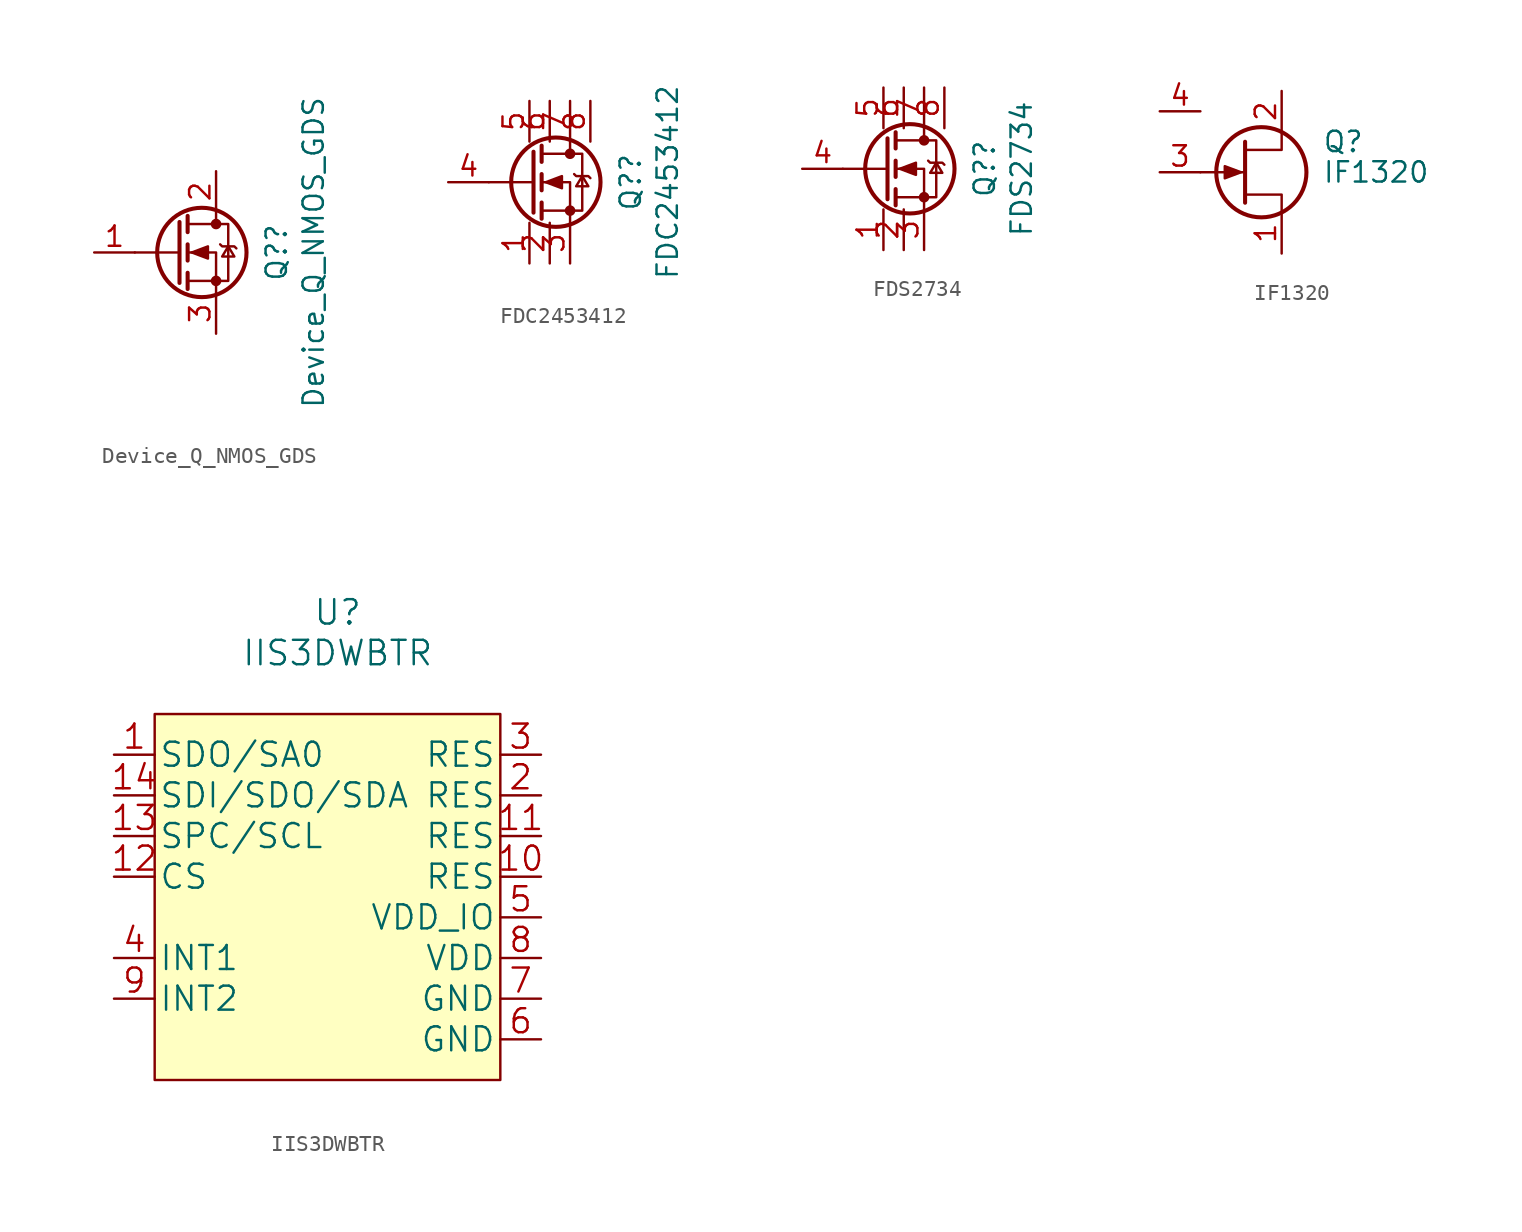
<source format=kicad_sym>
(kicad_symbol_lib
  (version 20211014)
  (generator kicad_symbol_editor)
  (symbol "Device_Q_NMOS_GDS"
    (pin_names
      (offset 0) hide)
    (property "Reference" "Q?"
      (at 6.325 0 90)
      (effects (font (size 1.27 1.27))))
    (property "Value" "Device_Q_NMOS_GDS"
      (at 8.636 0 90)
      (effects (font (size 1.27 1.27))))
    (symbol "Device_Q_NMOS_GDS_0_1"
      (polyline (pts (xy 0.254 0) (xy -2.54 0)) (stroke (width 0) (type default) (color 0 0 0 0)) (fill (type none)))
      (polyline (pts (xy 0.254 1.905) (xy 0.254 -1.905)) (stroke (width 0.254) (type default) (color 0 0 0 0)) (fill (type none)))
      (polyline (pts (xy 0.762 -1.27) (xy 0.762 -2.286)) (stroke (width 0.254) (type default) (color 0 0 0 0)) (fill (type none)))
      (polyline (pts (xy 0.762 0.508) (xy 0.762 -0.508)) (stroke (width 0.254) (type default) (color 0 0 0 0)) (fill (type none)))
      (polyline (pts (xy 0.762 2.286) (xy 0.762 1.27)) (stroke (width 0.254) (type default) (color 0 0 0 0)) (fill (type none)))
      (polyline (pts (xy 2.54 2.54) (xy 2.54 1.778)) (stroke (width 0) (type default) (color 0 0 0 0)) (fill (type none)))
      (polyline (pts (xy 2.54 -2.54) (xy 2.54 0) (xy 0.762 0)) (stroke (width 0) (type default) (color 0 0 0 0)) (fill (type none)))
      (polyline (pts (xy 0.762 -1.778) (xy 3.302 -1.778) (xy 3.302 1.778) (xy 0.762 1.778)) (stroke (width 0) (type default) (color 0 0 0 0)) (fill (type none)))
      (polyline (pts (xy 1.016 0) (xy 2.032 0.381) (xy 2.032 -0.381) (xy 1.016 0)) (stroke (width 0) (type default) (color 0 0 0 0)) (fill (type outline)))
      (polyline (pts (xy 2.794 0.508) (xy 2.921 0.381) (xy 3.683 0.381) (xy 3.81 0.254)) (stroke (width 0) (type default) (color 0 0 0 0)) (fill (type none)))
      (polyline (pts (xy 3.302 0.381) (xy 2.921 -0.254) (xy 3.683 -0.254) (xy 3.302 0.381)) (stroke (width 0) (type default) (color 0 0 0 0)) (fill (type none)))
      (circle (center 1.651 0) (radius 2.794) (stroke (width 0.254) (type default) (color 0 0 0 0)) (fill (type none)))
      (circle (center 2.54 -1.778) (radius 0.254) (stroke (width 0) (type default) (color 0 0 0 0)) (fill (type outline)))
      (circle (center 2.54 1.778) (radius 0.254) (stroke (width 0) (type default) (color 0 0 0 0)) (fill (type outline))))
    (symbol "Device_Q_NMOS_GDS_1_1"
      (pin input line (at -5.08 0 0) (length 2.54) (name "G" (effects (font (size 1.27 1.27)))) (number "1" (effects (font (size 1.27 1.27)))))
      (pin passive line (at 2.54 5.08 270) (length 2.54) (name "D" (effects (font (size 1.27 1.27)))) (number "2" (effects (font (size 1.27 1.27)))))
      (pin passive line (at 2.54 -5.08 90) (length 2.54) (name "S" (effects (font (size 1.27 1.27)))) (number "3" (effects (font (size 1.27 1.27)))))))
  (symbol "FDC2453412"
    (pin_names
      (offset 0) hide)
    (property "Reference" "Q?"
      (at 6.325 0 90)
      (effects (font (size 1.27 1.27))))
    (property "Value" "FDC2453412"
      (at 8.636 0 90)
      (effects (font (size 1.27 1.27))))
    (symbol "FDC2453412_0_1"
      (polyline (pts (xy 0.254 0) (xy -2.54 0)) (stroke (width 0) (type default) (color 0 0 0 0)) (fill (type none)))
      (polyline (pts (xy 0.254 1.905) (xy 0.254 -1.905)) (stroke (width 0.254) (type default) (color 0 0 0 0)) (fill (type none)))
      (polyline (pts (xy 0.762 -1.27) (xy 0.762 -2.286)) (stroke (width 0.254) (type default) (color 0 0 0 0)) (fill (type none)))
      (polyline (pts (xy 0.762 0.508) (xy 0.762 -0.508)) (stroke (width 0.254) (type default) (color 0 0 0 0)) (fill (type none)))
      (polyline (pts (xy 0.762 2.286) (xy 0.762 1.27)) (stroke (width 0.254) (type default) (color 0 0 0 0)) (fill (type none)))
      (polyline (pts (xy 2.54 2.54) (xy 2.54 1.778)) (stroke (width 0) (type default) (color 0 0 0 0)) (fill (type none)))
      (polyline (pts (xy 2.54 -2.54) (xy 2.54 0) (xy 0.762 0)) (stroke (width 0) (type default) (color 0 0 0 0)) (fill (type none)))
      (polyline (pts (xy 0.762 -1.778) (xy 3.302 -1.778) (xy 3.302 1.778) (xy 0.762 1.778)) (stroke (width 0) (type default) (color 0 0 0 0)) (fill (type none)))
      (polyline (pts (xy 1.016 0) (xy 2.032 0.381) (xy 2.032 -0.381) (xy 1.016 0)) (stroke (width 0) (type default) (color 0 0 0 0)) (fill (type outline)))
      (polyline (pts (xy 2.794 0.508) (xy 2.921 0.381) (xy 3.683 0.381) (xy 3.81 0.254)) (stroke (width 0) (type default) (color 0 0 0 0)) (fill (type none)))
      (polyline (pts (xy 3.302 0.381) (xy 2.921 -0.254) (xy 3.683 -0.254) (xy 3.302 0.381)) (stroke (width 0) (type default) (color 0 0 0 0)) (fill (type none)))
      (circle (center 1.651 0) (radius 2.794) (stroke (width 0.254) (type default) (color 0 0 0 0)) (fill (type none)))
      (circle (center 2.54 -1.778) (radius 0.254) (stroke (width 0) (type default) (color 0 0 0 0)) (fill (type outline)))
      (circle (center 2.54 1.778) (radius 0.254) (stroke (width 0) (type default) (color 0 0 0 0)) (fill (type outline))))
    (symbol "FDC2453412_1_1"
      (pin passive line (at 0 -5.08 90) (length 2.54) (name "S" (effects (font (size 1.27 1.27)))) (number "1" (effects (font (size 1.27 1.27)))))
      (pin passive line (at 1.27 -5.08 90) (length 2.54) (name "S" (effects (font (size 1.27 1.27)))) (number "2" (effects (font (size 1.27 1.27)))))
      (pin passive line (at 2.54 -5.08 90) (length 2.54) (name "S" (effects (font (size 1.27 1.27)))) (number "3" (effects (font (size 1.27 1.27)))))
      (pin input line (at -5.08 0 0) (length 2.54) (name "G" (effects (font (size 1.27 1.27)))) (number "4" (effects (font (size 1.27 1.27)))))
      (pin passive line (at 0 5.08 270) (length 2.54) (name "D" (effects (font (size 1.27 1.27)))) (number "5" (effects (font (size 1.27 1.27)))))
      (pin passive line (at 1.27 5.08 270) (length 2.54) (name "D" (effects (font (size 1.27 1.27)))) (number "6" (effects (font (size 1.27 1.27)))))
      (pin passive line (at 2.54 5.08 270) (length 2.54) (name "D" (effects (font (size 1.27 1.27)))) (number "7" (effects (font (size 1.27 1.27)))))
      (pin passive line (at 3.81 5.08 270) (length 2.54) (name "D" (effects (font (size 1.27 1.27)))) (number "8" (effects (font (size 1.27 1.27)))))))
  (symbol "FDS2734"
    (pin_names
      (offset 0) hide)
    (property "Reference" "Q?"
      (at 6.325 0 90)
      (effects (font (size 1.27 1.27))))
    (property "Value" "FDS2734"
      (at 8.636 0 90)
      (effects (font (size 1.27 1.27))))
    (symbol "FDS2734_0_1"
      (polyline (pts (xy 0.254 0) (xy -2.54 0)) (stroke (width 0) (type default) (color 0 0 0 0)) (fill (type none)))
      (polyline (pts (xy 0.254 1.905) (xy 0.254 -1.905)) (stroke (width 0.254) (type default) (color 0 0 0 0)) (fill (type none)))
      (polyline (pts (xy 0.762 -1.27) (xy 0.762 -2.286)) (stroke (width 0.254) (type default) (color 0 0 0 0)) (fill (type none)))
      (polyline (pts (xy 0.762 0.508) (xy 0.762 -0.508)) (stroke (width 0.254) (type default) (color 0 0 0 0)) (fill (type none)))
      (polyline (pts (xy 0.762 2.286) (xy 0.762 1.27)) (stroke (width 0.254) (type default) (color 0 0 0 0)) (fill (type none)))
      (polyline (pts (xy 2.54 2.54) (xy 2.54 1.778)) (stroke (width 0) (type default) (color 0 0 0 0)) (fill (type none)))
      (polyline (pts (xy 2.54 -2.54) (xy 2.54 0) (xy 0.762 0)) (stroke (width 0) (type default) (color 0 0 0 0)) (fill (type none)))
      (polyline (pts (xy 0.762 -1.778) (xy 3.302 -1.778) (xy 3.302 1.778) (xy 0.762 1.778)) (stroke (width 0) (type default) (color 0 0 0 0)) (fill (type none)))
      (polyline (pts (xy 1.016 0) (xy 2.032 0.381) (xy 2.032 -0.381) (xy 1.016 0)) (stroke (width 0) (type default) (color 0 0 0 0)) (fill (type outline)))
      (polyline (pts (xy 2.794 0.508) (xy 2.921 0.381) (xy 3.683 0.381) (xy 3.81 0.254)) (stroke (width 0) (type default) (color 0 0 0 0)) (fill (type none)))
      (polyline (pts (xy 3.302 0.381) (xy 2.921 -0.254) (xy 3.683 -0.254) (xy 3.302 0.381)) (stroke (width 0) (type default) (color 0 0 0 0)) (fill (type none)))
      (circle (center 1.651 0) (radius 2.794) (stroke (width 0.254) (type default) (color 0 0 0 0)) (fill (type none)))
      (circle (center 2.54 -1.778) (radius 0.254) (stroke (width 0) (type default) (color 0 0 0 0)) (fill (type outline)))
      (circle (center 2.54 1.778) (radius 0.254) (stroke (width 0) (type default) (color 0 0 0 0)) (fill (type outline))))
    (symbol "FDS2734_1_1"
      (pin passive line (at 0 -5.08 90) (length 2.54) (name "S" (effects (font (size 1.27 1.27)))) (number "1" (effects (font (size 1.27 1.27)))))
      (pin passive line (at 1.27 -5.08 90) (length 2.54) (name "S" (effects (font (size 1.27 1.27)))) (number "2" (effects (font (size 1.27 1.27)))))
      (pin passive line (at 2.54 -5.08 90) (length 2.54) (name "S" (effects (font (size 1.27 1.27)))) (number "3" (effects (font (size 1.27 1.27)))))
      (pin input line (at -5.08 0 0) (length 2.54) (name "G" (effects (font (size 1.27 1.27)))) (number "4" (effects (font (size 1.27 1.27)))))
      (pin passive line (at 0 5.08 270) (length 2.54) (name "D" (effects (font (size 1.27 1.27)))) (number "5" (effects (font (size 1.27 1.27)))))
      (pin passive line (at 1.27 5.08 270) (length 2.54) (name "D" (effects (font (size 1.27 1.27)))) (number "6" (effects (font (size 1.27 1.27)))))
      (pin passive line (at 2.54 5.08 270) (length 2.54) (name "D" (effects (font (size 1.27 1.27)))) (number "7" (effects (font (size 1.27 1.27)))))
      (pin passive line (at 3.81 5.08 270) (length 2.54) (name "D" (effects (font (size 1.27 1.27)))) (number "8" (effects (font (size 1.27 1.27)))))))
  (symbol "IF1320"
    (pin_names hide)
    (property "Reference" "Q"
      (at 5.08 1.905 0)
      (effects (font (size 1.27 1.27)) (justify left)))
    (property "Value" "IF1320"
      (at 5.08 0 0)
      (effects (font (size 1.27 1.27)) (justify left)))
    (symbol "IF1320_0_1"
      (polyline (pts (xy 0.254 0) (xy -2.54 0)) (stroke (width 0) (type default) (color 0 0 0 0)) (fill (type none)))
      (polyline (pts (xy 0.254 1.905) (xy 0.254 -1.905)) (stroke (width 0.254) (type default) (color 0 0 0 0)) (fill (type none)))
      (polyline (pts (xy 2.54 -2.54) (xy 2.54 -1.397) (xy 0.254 -1.397)) (stroke (width 0) (type default) (color 0 0 0 0)) (fill (type none)))
      (polyline (pts (xy 2.54 2.54) (xy 2.54 1.397) (xy 0.254 1.397)) (stroke (width 0) (type default) (color 0 0 0 0)) (fill (type none)))
      (polyline (pts (xy 0 0) (xy -1.016 0.381) (xy -1.016 -0.381) (xy 0 0)) (stroke (width 0) (type default) (color 0 0 0 0)) (fill (type outline)))
      (circle (center 1.27 0) (radius 2.819) (stroke (width 0.254) (type default) (color 0 0 0 0)) (fill (type none))))
    (symbol "IF1320_1_1"
      (pin passive line (at 2.54 -5.08 90) (length 2.54) (name "S" (effects (font (size 1.27 1.27)))) (number "1" (effects (font (size 1.27 1.27)))))
      (pin passive line (at 2.54 5.08 270) (length 2.54) (name "D" (effects (font (size 1.27 1.27)))) (number "2" (effects (font (size 1.27 1.27)))))
      (pin input line (at -5.08 0 0) (length 2.54) (name "G" (effects (font (size 1.27 1.27)))) (number "3" (effects (font (size 1.27 1.27)))))
      (pin input line (at -5.08 3.81 0) (length 2.54) (name "Case" (effects (font (size 1.27 1.27)))) (number "4" (effects (font (size 1.27 1.27)))))))
  (symbol "IIS3DWBTR"
    (pin_names
      (offset 0.254))
    (property "Reference" "U"
      (at 19.05 11.43 0)
      (effects (font (size 1.524 1.524))))
    (property "Value" "IIS3DWBTR"
      (at 19.05 8.89 0)
      (effects (font (size 1.524 1.524))))
    (property "Datasheet" ""
      (at 5.08 2.54 0)
      (effects (font (size 1.524 1.524))))
    (property "ki_locked" ""
      (at 0 0 0)
      (effects (font (size 1.27 1.27))))
    (symbol "IIS3DWBTR_0_1"
      (rectangle (start 7.62 5.08) (end 29.21 -17.78) (stroke (width 0) (type default) (color 0 0 0 0)) (fill (type background))))
    (symbol "IIS3DWBTR_1_1"
      (pin bidirectional line (at 5.08 2.54 0) (length 2.54) (name "SDO/SA0" (effects (font (size 1.499 1.499)))) (number "1" (effects (font (size 1.499 1.499)))))
      (pin power_in line (at 31.75 -5.08 180) (length 2.54) (name "RES" (effects (font (size 1.499 1.499)))) (number "10" (effects (font (size 1.499 1.499)))))
      (pin power_in line (at 31.75 -2.54 180) (length 2.54) (name "RES" (effects (font (size 1.499 1.499)))) (number "11" (effects (font (size 1.499 1.499)))))
      (pin input line (at 5.08 -5.08 0) (length 2.54) (name "CS" (effects (font (size 1.499 1.499)))) (number "12" (effects (font (size 1.499 1.499)))))
      (pin bidirectional line (at 5.08 -2.54 0) (length 2.54) (name "SPC/SCL" (effects (font (size 1.499 1.499)))) (number "13" (effects (font (size 1.499 1.499)))))
      (pin bidirectional line (at 5.08 0 0) (length 2.54) (name "SDI/SDO/SDA" (effects (font (size 1.499 1.499)))) (number "14" (effects (font (size 1.499 1.499)))))
      (pin power_in line (at 31.75 0 180) (length 2.54) (name "RES" (effects (font (size 1.499 1.499)))) (number "2" (effects (font (size 1.499 1.499)))))
      (pin power_in line (at 31.75 2.54 180) (length 2.54) (name "RES" (effects (font (size 1.499 1.499)))) (number "3" (effects (font (size 1.499 1.499)))))
      (pin input line (at 5.08 -10.16 0) (length 2.54) (name "INT1" (effects (font (size 1.499 1.499)))) (number "4" (effects (font (size 1.499 1.499)))))
      (pin power_in line (at 31.75 -7.62 180) (length 2.54) (name "VDD_IO" (effects (font (size 1.499 1.499)))) (number "5" (effects (font (size 1.499 1.499)))))
      (pin power_in line (at 31.75 -15.24 180) (length 2.54) (name "GND" (effects (font (size 1.499 1.499)))) (number "6" (effects (font (size 1.499 1.499)))))
      (pin power_in line (at 31.75 -12.7 180) (length 2.54) (name "GND" (effects (font (size 1.499 1.499)))) (number "7" (effects (font (size 1.499 1.499)))))
      (pin power_in line (at 31.75 -10.16 180) (length 2.54) (name "VDD" (effects (font (size 1.499 1.499)))) (number "8" (effects (font (size 1.499 1.499)))))
      (pin input line (at 5.08 -12.7 0) (length 2.54) (name "INT2" (effects (font (size 1.499 1.499)))) (number "9" (effects (font (size 1.499 1.499))))))))
</source>
